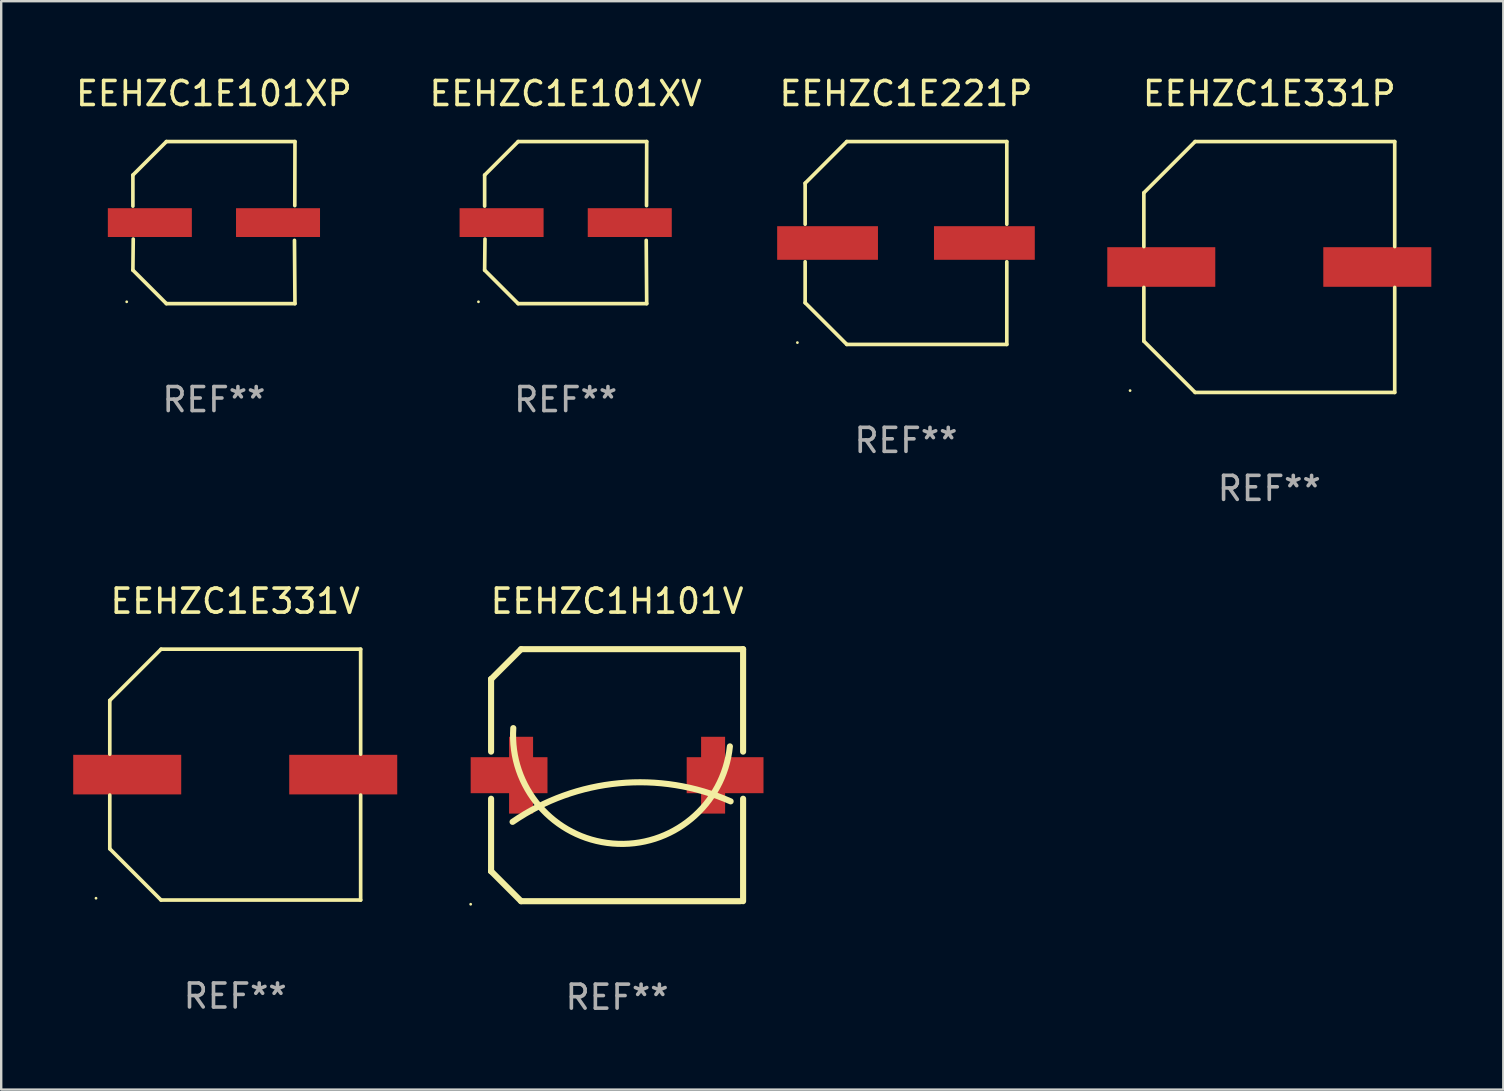
<source format=kicad_pcb>
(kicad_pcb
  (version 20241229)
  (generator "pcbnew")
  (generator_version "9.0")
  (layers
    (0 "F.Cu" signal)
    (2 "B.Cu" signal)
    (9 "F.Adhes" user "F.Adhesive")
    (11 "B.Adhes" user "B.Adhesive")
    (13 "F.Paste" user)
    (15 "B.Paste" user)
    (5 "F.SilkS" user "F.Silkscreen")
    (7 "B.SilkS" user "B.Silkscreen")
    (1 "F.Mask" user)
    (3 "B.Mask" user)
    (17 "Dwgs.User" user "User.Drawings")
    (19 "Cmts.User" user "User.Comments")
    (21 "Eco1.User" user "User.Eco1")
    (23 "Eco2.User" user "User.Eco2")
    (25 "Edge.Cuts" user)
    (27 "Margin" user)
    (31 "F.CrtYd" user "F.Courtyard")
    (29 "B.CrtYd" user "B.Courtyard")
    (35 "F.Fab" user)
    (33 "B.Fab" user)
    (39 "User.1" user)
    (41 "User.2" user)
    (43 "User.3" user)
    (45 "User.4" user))
  (footprint "EEHZC1E331V"
    (layer "F.Cu")
    (at 6.75 29.223)
    (property "Reference" "EEHZC1E331V" (at 0 -7.226 0) (layer "F.SilkS") (effects (font (size 1 1) (thickness 0.15))))
    (attr through_hole)
    (fp_line (start -5.226 -3.09) (end -5.226 -0.852) (stroke (width 0.152) (type solid)) (layer "F.SilkS"))
    (fp_line (start -5.226 3.09) (end -5.226 0.852) (stroke (width 0.152) (type solid)) (layer "F.SilkS"))
    (fp_line (start -3.09 -5.226) (end -5.226 -3.09) (stroke (width 0.152) (type solid)) (layer "F.SilkS"))
    (fp_line (start -3.09 5.226) (end -5.226 3.09) (stroke (width 0.152) (type solid)) (layer "F.SilkS"))
    (fp_line (start 5.226 -5.226) (end -3.09 -5.226) (stroke (width 0.152) (type solid)) (layer "F.SilkS"))
    (fp_line (start 5.226 -0.852) (end 5.226 -5.226) (stroke (width 0.152) (type solid)) (layer "F.SilkS"))
    (fp_line (start 5.226 0.852) (end 5.226 5.226) (stroke (width 0.152) (type solid)) (layer "F.SilkS"))
    (fp_line (start 5.226 5.226) (end -3.09 5.226) (stroke (width 0.152) (type solid)) (layer "F.SilkS"))
    (fp_circle (center -5.8 5.15) (end -5.77 5.15) (stroke (width 0.06) (type solid)) (fill no) (layer "F.SilkS"))
    (fp_text user "REF**" (at 0 9.226 0) (layer "F.Fab") (effects (font (size 1 1) (thickness 0.15))))
    (pad "1" smd rect (at -4.5 0) (size 4.5 1.65) (layers "F.Cu" "F.Mask" "F.Paste"))
    (pad "2" smd rect (at 4.5 0) (size 4.5 1.65) (layers "F.Cu" "F.Mask" "F.Paste")))
  (footprint "EEHZC1E331P"
    (layer "F.Cu")
    (at 49.833 8.074)
    (property "Reference" "EEHZC1E331P" (at 0 -7.226 0) (layer "F.SilkS") (effects (font (size 1 1) (thickness 0.15))))
    (attr through_hole)
    (fp_line (start -5.226 -3.09) (end -5.226 -0.852) (stroke (width 0.152) (type solid)) (layer "F.SilkS"))
    (fp_line (start -5.226 3.09) (end -5.226 0.852) (stroke (width 0.152) (type solid)) (layer "F.SilkS"))
    (fp_line (start -3.09 -5.226) (end -5.226 -3.09) (stroke (width 0.152) (type solid)) (layer "F.SilkS"))
    (fp_line (start -3.09 5.226) (end -5.226 3.09) (stroke (width 0.152) (type solid)) (layer "F.SilkS"))
    (fp_line (start 5.226 -5.226) (end -3.09 -5.226) (stroke (width 0.152) (type solid)) (layer "F.SilkS"))
    (fp_line (start 5.226 -0.852) (end 5.226 -5.226) (stroke (width 0.152) (type solid)) (layer "F.SilkS"))
    (fp_line (start 5.226 0.852) (end 5.226 5.226) (stroke (width 0.152) (type solid)) (layer "F.SilkS"))
    (fp_line (start 5.226 5.226) (end -3.09 5.226) (stroke (width 0.152) (type solid)) (layer "F.SilkS"))
    (fp_circle (center -5.8 5.15) (end -5.77 5.15) (stroke (width 0.06) (type solid)) (fill no) (layer "F.SilkS"))
    (fp_text user "REF**" (at 0 9.226 0) (layer "F.Fab") (effects (font (size 1 1) (thickness 0.15))))
    (pad "1" smd rect (at -4.5 0) (size 4.5 1.65) (layers "F.Cu" "F.Mask" "F.Paste"))
    (pad "2" smd rect (at 4.5 0) (size 4.5 1.65) (layers "F.Cu" "F.Mask" "F.Paste")))
  (footprint "EEHZC1E221P"
    (layer "F.Cu")
    (at 34.696 7.074)
    (property "Reference" "EEHZC1E221P" (at 0 -6.226 0) (layer "F.SilkS") (effects (font (size 1 1) (thickness 0.15))))
    (attr through_hole)
    (fp_line (start -4.201 -2.49) (end -4.201 -0.782) (stroke (width 0.152) (type solid)) (layer "F.SilkS"))
    (fp_line (start -4.201 2.49) (end -4.201 0.782) (stroke (width 0.152) (type solid)) (layer "F.SilkS"))
    (fp_line (start -2.465 -4.226) (end -4.201 -2.49) (stroke (width 0.152) (type solid)) (layer "F.SilkS"))
    (fp_line (start -2.465 4.226) (end -4.201 2.49) (stroke (width 0.152) (type solid)) (layer "F.SilkS"))
    (fp_line (start 4.201 -4.226) (end -2.465 -4.226) (stroke (width 0.152) (type solid)) (layer "F.SilkS"))
    (fp_line (start 4.201 -0.782) (end 4.201 -4.226) (stroke (width 0.152) (type solid)) (layer "F.SilkS"))
    (fp_line (start 4.201 0.782) (end 4.201 4.226) (stroke (width 0.152) (type solid)) (layer "F.SilkS"))
    (fp_line (start 4.201 4.226) (end -2.465 4.226) (stroke (width 0.152) (type solid)) (layer "F.SilkS"))
    (fp_circle (center -4.524 4.15) (end -4.494 4.15) (stroke (width 0.06) (type solid)) (fill no) (layer "F.SilkS"))
    (fp_text user "REF**" (at 0 8.226 0) (layer "F.Fab") (effects (font (size 1 1) (thickness 0.15))))
    (pad "1" smd rect (at -3.267 0) (size 4.2 1.4) (layers "F.Cu" "F.Mask" "F.Paste"))
    (pad "2" smd rect (at 3.267 0) (size 4.2 1.4) (layers "F.Cu" "F.Mask" "F.Paste")))
  (footprint "EEHZC1H101V"
    (layer "F.Cu")
    (at 22.66 29.247)
    (property "Reference" "EEHZC1H101V" (at 0 -7.25 0) (layer "F.SilkS") (effects (font (size 1 1) (thickness 0.15))))
    (attr through_hole)
    (fp_line (start -5.25 -4) (end -4 -5.25) (stroke (width 0.254) (type solid)) (layer "F.SilkS"))
    (fp_line (start -5.25 -4) (end -5.25 -4) (stroke (width 0.254) (type solid)) (layer "F.SilkS"))
    (fp_line (start -5.25 -4) (end -5.25 -0.981) (stroke (width 0.254) (type solid)) (layer "F.SilkS"))
    (fp_line (start -5.25 0.981) (end -5.25 4) (stroke (width 0.254) (type solid)) (layer "F.SilkS"))
    (fp_line (start -5.25 4) (end -5.25 4) (stroke (width 0.254) (type solid)) (layer "F.SilkS"))
    (fp_line (start -5.25 4) (end -4 5.25) (stroke (width 0.254) (type solid)) (layer "F.SilkS"))
    (fp_line (start 5.15 5.25) (end -4 5.25) (stroke (width 0.254) (type solid)) (layer "F.SilkS"))
    (fp_line (start 5.25 -5.25) (end -4 -5.25) (stroke (width 0.254) (type solid)) (layer "F.SilkS"))
    (fp_line (start 5.25 -5.25) (end 5.25 -0.981) (stroke (width 0.254) (type solid)) (layer "F.SilkS"))
    (fp_line (start 5.25 0.981) (end 5.25 5.25) (stroke (width 0.254) (type solid)) (layer "F.SilkS"))
    (fp_arc (start -4.354686 1.945034) (mid 0.076929 0.336317) (end 4.730836 1.090196) (stroke (width 0.254001) (type solid)) (layer "F.SilkS"))
    (fp_arc (start 4.7 -1.2) (mid -0.186017 2.847283) (end -4.324866 -1.961417) (stroke (width 0.254001) (type solid)) (layer "F.SilkS"))
    (fp_circle (center -6.1 5.377) (end -6.07 5.377) (stroke (width 0.06) (type solid)) (fill no) (layer "F.SilkS"))
    (fp_text user "REF**" (at 0 9.25 0) (layer "F.Fab") (effects (font (size 1 1) (thickness 0.15))))
    (pad "1" smd rect (at -4.5 0 180) (size 3.2 1.5) (layers "F.Cu" "F.Mask" "F.Paste"))
    (pad "1" smd rect (at -4 0 270) (size 3.2 1) (layers "F.Cu" "F.Mask" "F.Paste"))
    (pad "2" smd rect (at 4 0 270) (size 3.2 1) (layers "F.Cu" "F.Mask" "F.Paste"))
    (pad "2" smd rect (at 4.5 0 180) (size 3.2 1.5) (layers "F.Cu" "F.Mask" "F.Paste")))
  (footprint "EEHZC1E101XV"
    (layer "F.Cu")
    (at 20.518 6.224)
    (property "Reference" "EEHZC1E101XV" (at 0 -5.376 0) (layer "F.SilkS") (effects (font (size 1 1) (thickness 0.15))))
    (attr through_hole)
    (fp_line (start -3.376 -1.98) (end -3.376 -0.686) (stroke (width 0.152) (type solid)) (layer "F.SilkS"))
    (fp_line (start -3.376 1.981) (end -3.362 0.686) (stroke (width 0.152) (type solid)) (layer "F.SilkS"))
    (fp_line (start -1.981 3.376) (end -3.376 1.981) (stroke (width 0.152) (type solid)) (layer "F.SilkS"))
    (fp_line (start -1.98 -3.376) (end -3.376 -1.98) (stroke (width 0.152) (type solid)) (layer "F.SilkS"))
    (fp_line (start 3.356 0.74) (end 3.376 3.376) (stroke (width 0.152) (type solid)) (layer "F.SilkS"))
    (fp_line (start 3.369 -0.707) (end 3.376 -3.376) (stroke (width 0.152) (type solid)) (layer "F.SilkS"))
    (fp_line (start 3.376 3.376) (end -1.981 3.376) (stroke (width 0.152) (type solid)) (layer "F.SilkS"))
    (fp_line (start 3.376 -3.376) (end -1.98 -3.376) (stroke (width 0.152) (type solid)) (layer "F.SilkS"))
    (fp_circle (center -3.634 3.3) (end -3.604 3.3) (stroke (width 0.06) (type solid)) (fill no) (layer "F.SilkS"))
    (fp_text user "REF**" (at 0 7.376 0) (layer "F.Fab") (effects (font (size 1 1) (thickness 0.15))))
    (pad "1" smd rect (at -2.67 0.000254) (size 3.5 1.2) (layers "F.Cu" "F.Mask" "F.Paste"))
    (pad "2" smd rect (at 2.67 0.000254) (size 3.5 1.2) (layers "F.Cu" "F.Mask" "F.Paste")))
  (footprint "EEHZC1E101XP"
    (layer "F.Cu")
    (at 5.863 6.224)
    (property "Reference" "EEHZC1E101XP" (at 0 -5.376 0) (layer "F.SilkS") (effects (font (size 1 1) (thickness 0.15))))
    (attr through_hole)
    (fp_line (start -3.376 -1.98) (end -3.376 -0.686) (stroke (width 0.152) (type solid)) (layer "F.SilkS"))
    (fp_line (start -3.376 1.981) (end -3.362 0.686) (stroke (width 0.152) (type solid)) (layer "F.SilkS"))
    (fp_line (start -1.981 3.376) (end -3.376 1.981) (stroke (width 0.152) (type solid)) (layer "F.SilkS"))
    (fp_line (start -1.98 -3.376) (end -3.376 -1.98) (stroke (width 0.152) (type solid)) (layer "F.SilkS"))
    (fp_line (start 3.356 0.74) (end 3.376 3.376) (stroke (width 0.152) (type solid)) (layer "F.SilkS"))
    (fp_line (start 3.369 -0.707) (end 3.376 -3.376) (stroke (width 0.152) (type solid)) (layer "F.SilkS"))
    (fp_line (start 3.376 3.376) (end -1.981 3.376) (stroke (width 0.152) (type solid)) (layer "F.SilkS"))
    (fp_line (start 3.376 -3.376) (end -1.98 -3.376) (stroke (width 0.152) (type solid)) (layer "F.SilkS"))
    (fp_circle (center -3.634 3.3) (end -3.604 3.3) (stroke (width 0.06) (type solid)) (fill no) (layer "F.SilkS"))
    (fp_text user "REF**" (at 0 7.376 0) (layer "F.Fab") (effects (font (size 1 1) (thickness 0.15))))
    (pad "1" smd rect (at -2.67 0.000254) (size 3.5 1.2) (layers "F.Cu" "F.Mask" "F.Paste"))
    (pad "2" smd rect (at 2.67 0.000254) (size 3.5 1.2) (layers "F.Cu" "F.Mask" "F.Paste")))
  (gr_rect
    (start -3 -3)
    (end 59.583 42.346)
    (stroke (width 0.1) (type default))
    (fill no)
    (layer "Edge.Cuts")))
</source>
